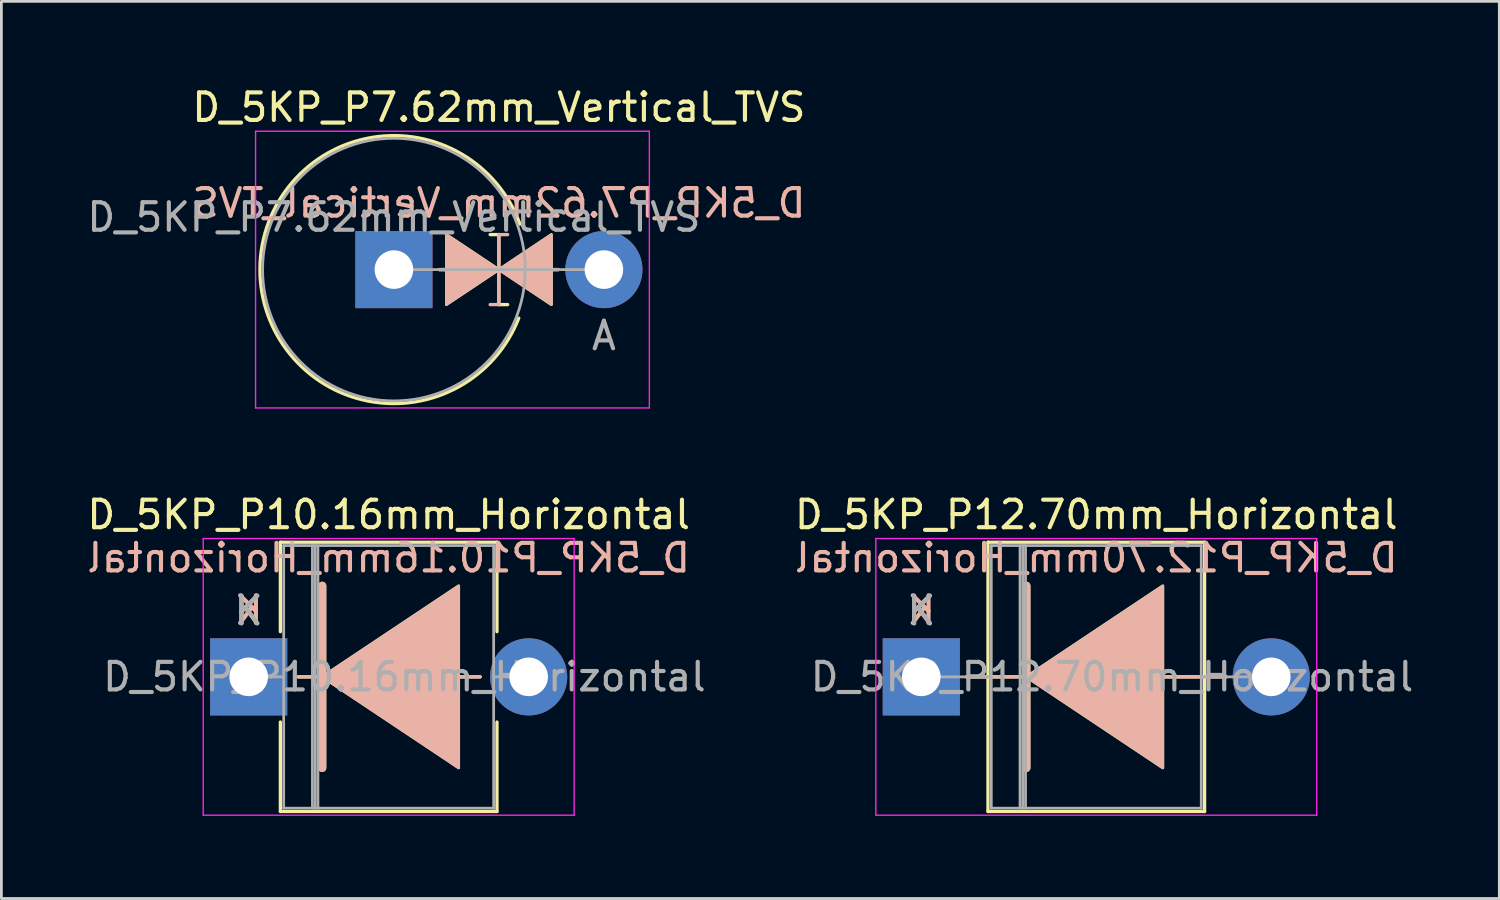
<source format=kicad_pcb>
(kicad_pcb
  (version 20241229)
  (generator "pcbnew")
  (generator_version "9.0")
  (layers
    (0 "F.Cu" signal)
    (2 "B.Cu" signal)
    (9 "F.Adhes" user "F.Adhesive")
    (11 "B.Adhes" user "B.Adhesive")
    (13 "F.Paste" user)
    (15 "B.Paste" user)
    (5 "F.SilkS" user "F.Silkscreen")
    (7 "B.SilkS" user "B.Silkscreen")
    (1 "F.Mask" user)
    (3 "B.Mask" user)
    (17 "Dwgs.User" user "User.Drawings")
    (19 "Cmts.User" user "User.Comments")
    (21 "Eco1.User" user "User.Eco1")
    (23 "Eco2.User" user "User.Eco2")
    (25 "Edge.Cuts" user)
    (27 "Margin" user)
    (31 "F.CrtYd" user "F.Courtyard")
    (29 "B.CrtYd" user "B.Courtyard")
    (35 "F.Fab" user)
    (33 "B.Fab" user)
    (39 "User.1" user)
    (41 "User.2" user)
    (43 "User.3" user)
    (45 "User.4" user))
  (footprint "D_5KP_P7.62mm_Vertical_TVS"
    (layer "F.Cu")
    (at 11.244 6.733)
    (property "Reference" "D_5KP_P7.62mm_Vertical_TVS" (at 3.81 -5.885 0) (layer "F.SilkS") (effects (font (size 1 1) (thickness 0.15))))
    (fp_line (start 1.651 0) (end 5.969 0) (stroke (width 0.12) (type solid)) (layer "F.SilkS"))
    (fp_line (start 3.493 -1.27) (end 3.81 -1.27) (stroke (width 0.12) (type solid)) (layer "F.SilkS"))
    (fp_line (start 3.81 -1.27) (end 3.81 1.27) (stroke (width 0.12) (type solid)) (layer "F.SilkS"))
    (fp_line (start 3.81 1.27) (end 4.128 1.27) (stroke (width 0.12) (type solid)) (layer "F.SilkS"))
    (fp_arc (start 4.530442 1.761839) (mid -4.860605 -0.059187) (end 4.572 -1.650999) (stroke (width 0.12) (type solid)) (layer "F.SilkS"))
    (fp_poly (pts (xy 1.905 -1.27) (xy 3.81 0) (xy 1.905 1.27)) (stroke (width 0.1) (type solid)) (fill yes) (layer "F.SilkS"))
    (fp_poly (pts (xy 5.715 1.27) (xy 3.81 0) (xy 5.715 -1.27)) (stroke (width 0.1) (type solid)) (fill yes) (layer "F.SilkS"))
    (fp_line (start 1.651 0) (end 5.969 0) (stroke (width 0.12) (type solid)) (layer "B.SilkS"))
    (fp_line (start 3.493 1.27) (end 3.81 1.27) (stroke (width 0.12) (type solid)) (layer "B.SilkS"))
    (fp_line (start 3.81 -1.27) (end 4.128 -1.27) (stroke (width 0.12) (type solid)) (layer "B.SilkS"))
    (fp_line (start 3.81 1.27) (end 3.81 -1.27) (stroke (width 0.12) (type solid)) (layer "B.SilkS"))
    (fp_poly (pts (xy 1.905 1.27) (xy 3.81 0) (xy 1.905 -1.27)) (stroke (width 0.1) (type solid)) (fill yes) (layer "B.SilkS"))
    (fp_poly (pts (xy 5.715 -1.27) (xy 3.81 0) (xy 5.715 1.27)) (stroke (width 0.1) (type solid)) (fill yes) (layer "B.SilkS"))
    (fp_line (start -5.02 -5.02) (end -5.02 5.02) (stroke (width 0.05) (type solid)) (layer "F.CrtYd"))
    (fp_line (start -5.02 5.02) (end 9.27 5.02) (stroke (width 0.05) (type solid)) (layer "F.CrtYd"))
    (fp_line (start 9.27 -5.02) (end -5.02 -5.02) (stroke (width 0.05) (type solid)) (layer "F.CrtYd"))
    (fp_line (start 9.27 5.02) (end 9.27 -5.02) (stroke (width 0.05) (type solid)) (layer "F.CrtYd"))
    (fp_line (start 0 0) (end 7.62 0) (stroke (width 0.1) (type solid)) (layer "F.Fab"))
    (fp_circle (center 0 0) (end 4.765 0) (stroke (width 0.1) (type solid)) (fill no) (layer "F.Fab"))
    (fp_text user "${REFERENCE}" (at 3.81 -2.413 0) (layer "B.SilkS") (effects (font (size 1 1) (thickness 0.15)) (justify mirror)))
    (fp_text user "${REFERENCE}" (at 0 -1.9 0) (layer "F.Fab") (effects (font (size 1 1) (thickness 0.15))))
    (fp_text user "A" (at 7.62 2.4 0) (layer "F.Fab") (effects (font (size 1 1) (thickness 0.15))))
    (pad "1" thru_hole rect (at 0 0) (size 2.8 2.8) (drill 1.4) (layers "*.Cu" "*.Mask"))
    (pad "2" thru_hole oval (at 7.62 0) (size 2.8 2.8) (drill 1.4) (layers "*.Cu" "*.Mask")))
  (footprint "D_5KP_P12.70mm_Horizontal"
    (layer "F.Cu")
    (at 30.382 21.512)
    (property "Reference" "D_5KP_P12.70mm_Horizontal" (at 6.35 -5.885 0) (layer "F.SilkS") (effects (font (size 1 1) (thickness 0.15))))
    (fp_line (start 1.64 0) (end 2.42 0) (stroke (width 0.12) (type solid)) (layer "F.SilkS"))
    (fp_line (start 2.42 -4.885) (end 2.42 4.885) (stroke (width 0.12) (type solid)) (layer "F.SilkS"))
    (fp_line (start 2.42 0) (end 3.81 0) (stroke (width 0.12) (type solid)) (layer "F.SilkS"))
    (fp_line (start 2.42 4.885) (end 10.28 4.885) (stroke (width 0.12) (type solid)) (layer "F.SilkS"))
    (fp_line (start 3.81 -3.302) (end 3.81 3.302) (stroke (width 0.3) (type solid)) (layer "F.SilkS"))
    (fp_line (start 10.28 -4.885) (end 2.42 -4.885) (stroke (width 0.12) (type solid)) (layer "F.SilkS"))
    (fp_line (start 10.28 0) (end 8.8 0) (stroke (width 0.12) (type solid)) (layer "F.SilkS"))
    (fp_line (start 10.28 4.885) (end 10.28 -4.885) (stroke (width 0.12) (type solid)) (layer "F.SilkS"))
    (fp_line (start 11.06 0) (end 10.28 0) (stroke (width 0.12) (type solid)) (layer "F.SilkS"))
    (fp_poly (pts (xy 8.763 3.302) (xy 3.81 0) (xy 8.763 -3.302)) (stroke (width 0.1) (type solid)) (fill yes) (layer "F.SilkS"))
    (fp_line (start 1.64 0) (end 2.42 0) (stroke (width 0.12) (type solid)) (layer "B.SilkS"))
    (fp_line (start 2.42 0) (end 3.81 0) (stroke (width 0.12) (type solid)) (layer "B.SilkS"))
    (fp_line (start 3.81 3.302) (end 3.81 -3.302) (stroke (width 0.3) (type solid)) (layer "B.SilkS"))
    (fp_line (start 10.28 0) (end 8.8 0) (stroke (width 0.12) (type solid)) (layer "B.SilkS"))
    (fp_line (start 11.06 0) (end 10.28 0) (stroke (width 0.12) (type solid)) (layer "B.SilkS"))
    (fp_poly (pts (xy 8.763 -3.302) (xy 3.81 0) (xy 8.763 3.302)) (stroke (width 0.1) (type solid)) (fill yes) (layer "B.SilkS"))
    (fp_line (start -1.65 -5.02) (end -1.65 5.02) (stroke (width 0.05) (type solid)) (layer "F.CrtYd"))
    (fp_line (start -1.65 5.02) (end 14.35 5.02) (stroke (width 0.05) (type solid)) (layer "F.CrtYd"))
    (fp_line (start 14.35 -5.02) (end -1.65 -5.02) (stroke (width 0.05) (type solid)) (layer "F.CrtYd"))
    (fp_line (start 14.35 5.02) (end 14.35 -5.02) (stroke (width 0.05) (type solid)) (layer "F.CrtYd"))
    (fp_line (start 0 0) (end 2.54 0) (stroke (width 0.1) (type solid)) (layer "F.Fab"))
    (fp_line (start 2.54 -4.765) (end 2.54 4.765) (stroke (width 0.1) (type solid)) (layer "F.Fab"))
    (fp_line (start 2.54 4.765) (end 10.16 4.765) (stroke (width 0.1) (type solid)) (layer "F.Fab"))
    (fp_line (start 3.583 -4.765) (end 3.583 4.765) (stroke (width 0.1) (type solid)) (layer "F.Fab"))
    (fp_line (start 3.683 -4.765) (end 3.683 4.765) (stroke (width 0.1) (type solid)) (layer "F.Fab"))
    (fp_line (start 3.783 -4.765) (end 3.783 4.765) (stroke (width 0.1) (type solid)) (layer "F.Fab"))
    (fp_line (start 10.16 -4.765) (end 2.54 -4.765) (stroke (width 0.1) (type solid)) (layer "F.Fab"))
    (fp_line (start 10.16 4.765) (end 10.16 -4.765) (stroke (width 0.1) (type solid)) (layer "F.Fab"))
    (fp_line (start 12.7 0) (end 10.16 0) (stroke (width 0.1) (type solid)) (layer "F.Fab"))
    (fp_text user "K" (at 0 -2.4 0) (layer "F.SilkS") (effects (font (size 1 1) (thickness 0.15))))
    (fp_text user "K" (at 0 -2.413 0) (layer "B.SilkS") (effects (font (size 1 1) (thickness 0.15)) (justify mirror)))
    (fp_text user "${REFERENCE}" (at 6.35 -4.318 0) (layer "B.SilkS") (effects (font (size 1 1) (thickness 0.15)) (justify mirror)))
    (fp_text user "${REFERENCE}" (at 6.921 0 0) (layer "F.Fab") (effects (font (size 1 1) (thickness 0.15))))
    (fp_text user "K" (at 0 -2.4 0) (layer "F.Fab") (effects (font (size 1 1) (thickness 0.15))))
    (pad "1" thru_hole rect (at 0 0) (size 2.8 2.8) (drill 1.4) (layers "*.Cu" "*.Mask"))
    (pad "2" thru_hole oval (at 12.7 0) (size 2.8 2.8) (drill 1.4) (layers "*.Cu" "*.Mask")))
  (footprint "D_5KP_P10.16mm_Horizontal"
    (layer "F.Cu")
    (at 5.974 21.512)
    (property "Reference" "D_5KP_P10.16mm_Horizontal" (at 5.08 -5.885 0) (layer "F.SilkS") (effects (font (size 1 1) (thickness 0.15))))
    (fp_line (start 1.15 -4.885) (end 9.01 -4.885) (stroke (width 0.12) (type solid)) (layer "F.SilkS"))
    (fp_line (start 1.15 -1.64) (end 1.15 -4.885) (stroke (width 0.12) (type solid)) (layer "F.SilkS"))
    (fp_line (start 1.15 1.64) (end 1.15 4.885) (stroke (width 0.12) (type solid)) (layer "F.SilkS"))
    (fp_line (start 1.15 4.885) (end 9.01 4.885) (stroke (width 0.12) (type solid)) (layer "F.SilkS"))
    (fp_line (start 1.8 0) (end 2.794 0) (stroke (width 0.12) (type solid)) (layer "F.SilkS"))
    (fp_line (start 2.667 -3.302) (end 2.667 3.302) (stroke (width 0.3) (type solid)) (layer "F.SilkS"))
    (fp_line (start 8.4 0) (end 7.6 0) (stroke (width 0.12) (type solid)) (layer "F.SilkS"))
    (fp_line (start 9.01 -4.885) (end 9.01 -1.64) (stroke (width 0.12) (type solid)) (layer "F.SilkS"))
    (fp_line (start 9.01 4.885) (end 9.01 1.64) (stroke (width 0.12) (type solid)) (layer "F.SilkS"))
    (fp_poly (pts (xy 7.62 3.302) (xy 2.667 0) (xy 7.62 -3.302)) (stroke (width 0.1) (type solid)) (fill yes) (layer "F.SilkS"))
    (fp_line (start 1.8 0) (end 2.794 0) (stroke (width 0.12) (type solid)) (layer "B.SilkS"))
    (fp_line (start 2.667 3.302) (end 2.667 -3.302) (stroke (width 0.3) (type solid)) (layer "B.SilkS"))
    (fp_line (start 8.4 0) (end 7.6 0) (stroke (width 0.12) (type solid)) (layer "B.SilkS"))
    (fp_poly (pts (xy 7.62 -3.302) (xy 2.667 0) (xy 7.62 3.302)) (stroke (width 0.1) (type solid)) (fill yes) (layer "B.SilkS"))
    (fp_line (start -1.65 -5.02) (end -1.65 5.02) (stroke (width 0.05) (type solid)) (layer "F.CrtYd"))
    (fp_line (start -1.65 5.02) (end 11.81 5.02) (stroke (width 0.05) (type solid)) (layer "F.CrtYd"))
    (fp_line (start 11.81 -5.02) (end -1.65 -5.02) (stroke (width 0.05) (type solid)) (layer "F.CrtYd"))
    (fp_line (start 11.81 5.02) (end 11.81 -5.02) (stroke (width 0.05) (type solid)) (layer "F.CrtYd"))
    (fp_line (start 0 0) (end 1.27 0) (stroke (width 0.1) (type solid)) (layer "F.Fab"))
    (fp_line (start 1.27 -4.765) (end 1.27 4.765) (stroke (width 0.1) (type solid)) (layer "F.Fab"))
    (fp_line (start 1.27 4.765) (end 8.89 4.765) (stroke (width 0.1) (type solid)) (layer "F.Fab"))
    (fp_line (start 2.313 -4.765) (end 2.313 4.765) (stroke (width 0.1) (type solid)) (layer "F.Fab"))
    (fp_line (start 2.413 -4.765) (end 2.413 4.765) (stroke (width 0.1) (type solid)) (layer "F.Fab"))
    (fp_line (start 2.513 -4.765) (end 2.513 4.765) (stroke (width 0.1) (type solid)) (layer "F.Fab"))
    (fp_line (start 8.89 -4.765) (end 1.27 -4.765) (stroke (width 0.1) (type solid)) (layer "F.Fab"))
    (fp_line (start 8.89 4.765) (end 8.89 -4.765) (stroke (width 0.1) (type solid)) (layer "F.Fab"))
    (fp_line (start 10.16 0) (end 8.89 0) (stroke (width 0.1) (type solid)) (layer "F.Fab"))
    (fp_text user "K" (at 0 -2.4 0) (layer "F.SilkS") (effects (font (size 1 1) (thickness 0.15))))
    (fp_text user "${REFERENCE}" (at 5.08 -4.318 0) (layer "B.SilkS") (effects (font (size 1 1) (thickness 0.15)) (justify mirror)))
    (fp_text user "K" (at 0 -2.413 0) (layer "B.SilkS") (effects (font (size 1 1) (thickness 0.15)) (justify mirror)))
    (fp_text user "${REFERENCE}" (at 5.652 0 0) (layer "F.Fab") (effects (font (size 1 1) (thickness 0.15))))
    (fp_text user "K" (at 0 -2.4 0) (layer "F.Fab") (effects (font (size 1 1) (thickness 0.15))))
    (pad "1" thru_hole rect (at 0 0) (size 2.8 2.8) (drill 1.4) (layers "*.Cu" "*.Mask"))
    (pad "2" thru_hole oval (at 10.16 0) (size 2.8 2.8) (drill 1.4) (layers "*.Cu" "*.Mask")))
  (gr_rect
    (start -3 -3)
    (end 51.357 29.556)
    (stroke (width 0.1) (type default))
    (fill no)
    (layer "Edge.Cuts")))
</source>
